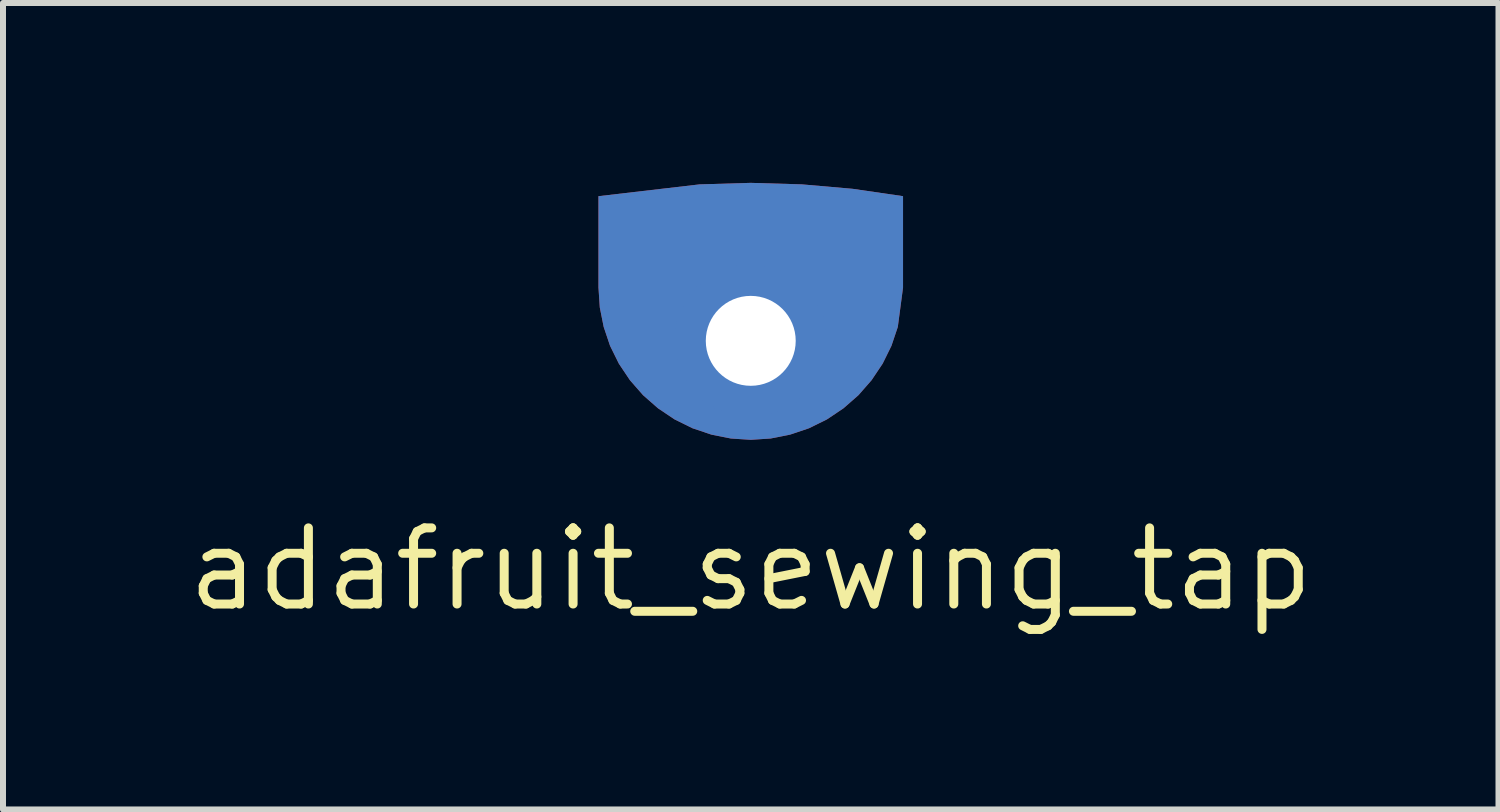
<source format=kicad_pcb>
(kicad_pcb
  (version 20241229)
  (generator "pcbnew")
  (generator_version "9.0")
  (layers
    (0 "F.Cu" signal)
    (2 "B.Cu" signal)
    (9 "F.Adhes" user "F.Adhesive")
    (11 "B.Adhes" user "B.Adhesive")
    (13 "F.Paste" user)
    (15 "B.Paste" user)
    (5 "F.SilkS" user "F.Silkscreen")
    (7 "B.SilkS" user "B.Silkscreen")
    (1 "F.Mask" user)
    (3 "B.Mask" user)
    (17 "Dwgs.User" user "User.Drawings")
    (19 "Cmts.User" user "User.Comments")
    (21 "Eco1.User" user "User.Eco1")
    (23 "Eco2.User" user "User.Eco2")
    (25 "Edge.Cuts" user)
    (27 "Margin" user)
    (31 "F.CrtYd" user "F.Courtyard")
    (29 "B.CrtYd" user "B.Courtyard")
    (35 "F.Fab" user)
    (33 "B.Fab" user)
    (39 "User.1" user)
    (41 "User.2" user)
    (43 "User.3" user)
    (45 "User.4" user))
  (footprint "adafruit_sewing_tap"
    (layer "F.Cu")
    (at 9.472 2.635)
    (property "Reference" "adafruit_sewing_tap" (at 0 3.81 0) (layer "F.SilkS") (effects (font (size 1.27 1.27) (thickness 0.15))))
    (attr through_hole)
    (fp_poly (pts (xy 2.54 -2.413) (xy 1.698 -2.536) (xy 0.851 -2.61) (xy 0 -2.635) (xy -0.851 -2.61) (xy -2.54 -2.413) (xy -2.54 -0.889) (xy -2.518 -0.557) (xy -2.453 -0.232) (xy -2.347 0.083) (xy -2.2 0.381) (xy -2.015 0.657) (xy -1.796 0.907) (xy -1.546 1.126) (xy -1.27 1.311) (xy -0.972 1.458) (xy -0.657 1.564) (xy -0.332 1.629) (xy 0 1.651) (xy 0.332 1.629) (xy 0.657 1.564) (xy 0.972 1.458) (xy 1.27 1.311) (xy 1.546 1.126) (xy 1.796 0.907) (xy 2.015 0.657) (xy 2.2 0.381) (xy 2.347 0.083) (xy 2.453 -0.232) (xy 2.54 -0.889)) (stroke (width 0) (type solid)) (fill yes) (layer "F.Cu"))
    (fp_poly (pts (xy 2.54 -2.413) (xy 1.698 -2.536) (xy 0.851 -2.61) (xy 0 -2.635) (xy -0.851 -2.61) (xy -2.54 -2.413) (xy -2.54 -0.889) (xy -2.518 -0.557) (xy -2.453 -0.232) (xy -2.347 0.083) (xy -2.2 0.381) (xy -2.015 0.657) (xy -1.796 0.907) (xy -1.546 1.126) (xy -1.27 1.311) (xy -0.972 1.458) (xy -0.657 1.564) (xy -0.332 1.629) (xy 0 1.651) (xy 0.332 1.629) (xy 0.657 1.564) (xy 0.972 1.458) (xy 1.27 1.311) (xy 1.546 1.126) (xy 1.796 0.907) (xy 2.015 0.657) (xy 2.2 0.381) (xy 2.347 0.083) (xy 2.453 -0.232) (xy 2.54 -0.889)) (stroke (width 0) (type solid)) (fill yes) (layer "F.Mask"))
    (fp_poly (pts (xy 2.54 -2.413) (xy 1.698 -2.536) (xy 0.851 -2.61) (xy 0 -2.635) (xy -0.851 -2.61) (xy -2.54 -2.413) (xy -2.54 -0.889) (xy -2.518 -0.557) (xy -2.453 -0.232) (xy -2.347 0.083) (xy -2.2 0.381) (xy -2.015 0.657) (xy -1.796 0.907) (xy -1.546 1.126) (xy -1.27 1.311) (xy -0.972 1.458) (xy -0.657 1.564) (xy -0.332 1.629) (xy 0 1.651) (xy 0.332 1.629) (xy 0.657 1.564) (xy 0.972 1.458) (xy 1.27 1.311) (xy 1.546 1.126) (xy 1.796 0.907) (xy 2.015 0.657) (xy 2.2 0.381) (xy 2.347 0.083) (xy 2.453 -0.232) (xy 2.54 -0.889)) (stroke (width 0) (type solid)) (fill yes) (layer "B.Cu"))
    (fp_poly (pts (xy 2.54 -2.413) (xy 1.698 -2.536) (xy 0.851 -2.61) (xy 0 -2.635) (xy -0.851 -2.61) (xy -2.54 -2.413) (xy -2.54 -0.889) (xy -2.518 -0.557) (xy -2.453 -0.232) (xy -2.347 0.083) (xy -2.2 0.381) (xy -2.015 0.657) (xy -1.796 0.907) (xy -1.546 1.126) (xy -1.27 1.311) (xy -0.972 1.458) (xy -0.657 1.564) (xy -0.332 1.629) (xy 0 1.651) (xy 0.332 1.629) (xy 0.657 1.564) (xy 0.972 1.458) (xy 1.27 1.311) (xy 1.546 1.126) (xy 1.796 0.907) (xy 2.015 0.657) (xy 2.2 0.381) (xy 2.347 0.083) (xy 2.453 -0.232) (xy 2.54 -0.889)) (stroke (width 0) (type solid)) (fill yes) (layer "B.Mask"))
    (pad "1" thru_hole circle (at 0 0) (size 2.54 2.54) (drill 1.5) (layers "*.Cu" "*.Mask")))
  (gr_rect
    (start -3 -3)
    (end 21.944 10.451)
    (stroke (width 0.1) (type default))
    (fill no)
    (layer "Edge.Cuts")))
</source>
